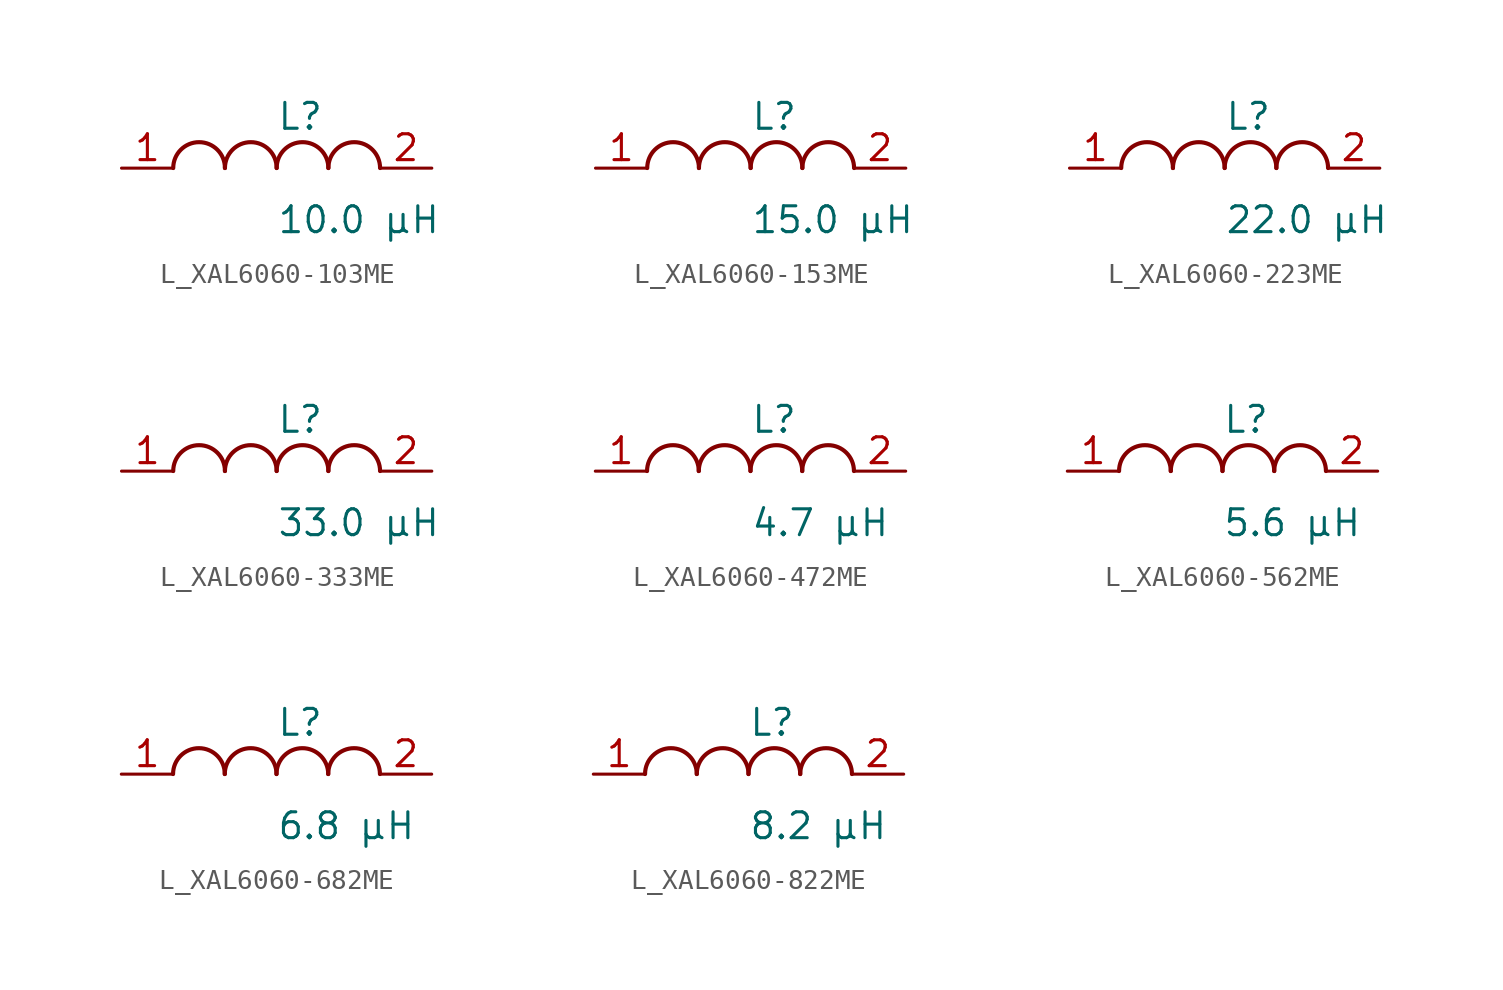
<source format=kicad_sym>
(kicad_symbol_lib
  (version 20231120)
  (generator kicad_symbol_editor)
  (generator_version 8.0)
  (symbol "L_XAL6060-103ME"
    (pin_names
      (offset 0.254))
    (property "Reference" "L"
      (at 0 2.54 0)
      (effects (font (size 1.27 1.27)) (justify left)))
    (property "Value" "10.0 µH"
      (at 0 -2.54 0)
      (effects (font (size 1.27 1.27)) (justify left)))
    (symbol "L_XAL6060-103ME_1_1"
      (arc (start -2.54 0.0056) (mid -3.81 1.27) (end -5.08 0.0056) (stroke (width 0.2032) (type default)) (fill (type none)))
      (arc (start 0 0.0056) (mid -1.27 1.27) (end -2.54 0.0056) (stroke (width 0.2032) (type default)) (fill (type none)))
      (arc (start 2.54 0.0056) (mid 1.27 1.27) (end 0 0.0056) (stroke (width 0.2032) (type default)) (fill (type none)))
      (arc (start 5.08 0.0056) (mid 3.81 1.27) (end 2.54 0.0056) (stroke (width 0.2032) (type default)) (fill (type none)))
      (pin unspecified line (at -7.62 0 0) (length 2.54) (name "" (effects (font (size 1.27 1.27)))) (number "1" (effects (font (size 1.27 1.27)))))
      (pin unspecified line (at 7.62 0 180) (length 2.54) (name "" (effects (font (size 1.27 1.27)))) (number "2" (effects (font (size 1.27 1.27)))))))
  (symbol "L_XAL6060-153ME"
    (pin_names
      (offset 0.254))
    (property "Reference" "L"
      (at 0 2.54 0)
      (effects (font (size 1.27 1.27)) (justify left)))
    (property "Value" "15.0 µH"
      (at 0 -2.54 0)
      (effects (font (size 1.27 1.27)) (justify left)))
    (symbol "L_XAL6060-153ME_1_1"
      (arc (start -2.54 0.0056) (mid -3.81 1.27) (end -5.08 0.0056) (stroke (width 0.2032) (type default)) (fill (type none)))
      (arc (start 0 0.0056) (mid -1.27 1.27) (end -2.54 0.0056) (stroke (width 0.2032) (type default)) (fill (type none)))
      (arc (start 2.54 0.0056) (mid 1.27 1.27) (end 0 0.0056) (stroke (width 0.2032) (type default)) (fill (type none)))
      (arc (start 5.08 0.0056) (mid 3.81 1.27) (end 2.54 0.0056) (stroke (width 0.2032) (type default)) (fill (type none)))
      (pin unspecified line (at -7.62 0 0) (length 2.54) (name "" (effects (font (size 1.27 1.27)))) (number "1" (effects (font (size 1.27 1.27)))))
      (pin unspecified line (at 7.62 0 180) (length 2.54) (name "" (effects (font (size 1.27 1.27)))) (number "2" (effects (font (size 1.27 1.27)))))))
  (symbol "L_XAL6060-223ME"
    (pin_names
      (offset 0.254))
    (property "Reference" "L"
      (at 0 2.54 0)
      (effects (font (size 1.27 1.27)) (justify left)))
    (property "Value" "22.0 µH"
      (at 0 -2.54 0)
      (effects (font (size 1.27 1.27)) (justify left)))
    (symbol "L_XAL6060-223ME_1_1"
      (arc (start -2.54 0.0056) (mid -3.81 1.27) (end -5.08 0.0056) (stroke (width 0.2032) (type default)) (fill (type none)))
      (arc (start 0 0.0056) (mid -1.27 1.27) (end -2.54 0.0056) (stroke (width 0.2032) (type default)) (fill (type none)))
      (arc (start 2.54 0.0056) (mid 1.27 1.27) (end 0 0.0056) (stroke (width 0.2032) (type default)) (fill (type none)))
      (arc (start 5.08 0.0056) (mid 3.81 1.27) (end 2.54 0.0056) (stroke (width 0.2032) (type default)) (fill (type none)))
      (pin unspecified line (at -7.62 0 0) (length 2.54) (name "" (effects (font (size 1.27 1.27)))) (number "1" (effects (font (size 1.27 1.27)))))
      (pin unspecified line (at 7.62 0 180) (length 2.54) (name "" (effects (font (size 1.27 1.27)))) (number "2" (effects (font (size 1.27 1.27)))))))
  (symbol "L_XAL6060-333ME"
    (pin_names
      (offset 0.254))
    (property "Reference" "L"
      (at 0 2.54 0)
      (effects (font (size 1.27 1.27)) (justify left)))
    (property "Value" "33.0 µH"
      (at 0 -2.54 0)
      (effects (font (size 1.27 1.27)) (justify left)))
    (symbol "L_XAL6060-333ME_1_1"
      (arc (start -2.54 0.0056) (mid -3.81 1.27) (end -5.08 0.0056) (stroke (width 0.2032) (type default)) (fill (type none)))
      (arc (start 0 0.0056) (mid -1.27 1.27) (end -2.54 0.0056) (stroke (width 0.2032) (type default)) (fill (type none)))
      (arc (start 2.54 0.0056) (mid 1.27 1.27) (end 0 0.0056) (stroke (width 0.2032) (type default)) (fill (type none)))
      (arc (start 5.08 0.0056) (mid 3.81 1.27) (end 2.54 0.0056) (stroke (width 0.2032) (type default)) (fill (type none)))
      (pin unspecified line (at -7.62 0 0) (length 2.54) (name "" (effects (font (size 1.27 1.27)))) (number "1" (effects (font (size 1.27 1.27)))))
      (pin unspecified line (at 7.62 0 180) (length 2.54) (name "" (effects (font (size 1.27 1.27)))) (number "2" (effects (font (size 1.27 1.27)))))))
  (symbol "L_XAL6060-472ME"
    (pin_names
      (offset 0.254))
    (property "Reference" "L"
      (at 0 2.54 0)
      (effects (font (size 1.27 1.27)) (justify left)))
    (property "Value" "4.7 µH"
      (at 0 -2.54 0)
      (effects (font (size 1.27 1.27)) (justify left)))
    (symbol "L_XAL6060-472ME_1_1"
      (arc (start -2.54 0.0056) (mid -3.81 1.27) (end -5.08 0.0056) (stroke (width 0.2032) (type default)) (fill (type none)))
      (arc (start 0 0.0056) (mid -1.27 1.27) (end -2.54 0.0056) (stroke (width 0.2032) (type default)) (fill (type none)))
      (arc (start 2.54 0.0056) (mid 1.27 1.27) (end 0 0.0056) (stroke (width 0.2032) (type default)) (fill (type none)))
      (arc (start 5.08 0.0056) (mid 3.81 1.27) (end 2.54 0.0056) (stroke (width 0.2032) (type default)) (fill (type none)))
      (pin unspecified line (at -7.62 0 0) (length 2.54) (name "" (effects (font (size 1.27 1.27)))) (number "1" (effects (font (size 1.27 1.27)))))
      (pin unspecified line (at 7.62 0 180) (length 2.54) (name "" (effects (font (size 1.27 1.27)))) (number "2" (effects (font (size 1.27 1.27)))))))
  (symbol "L_XAL6060-562ME"
    (pin_names
      (offset 0.254))
    (property "Reference" "L"
      (at 0 2.54 0)
      (effects (font (size 1.27 1.27)) (justify left)))
    (property "Value" "5.6 µH"
      (at 0 -2.54 0)
      (effects (font (size 1.27 1.27)) (justify left)))
    (symbol "L_XAL6060-562ME_1_1"
      (arc (start -2.54 0.0056) (mid -3.81 1.27) (end -5.08 0.0056) (stroke (width 0.2032) (type default)) (fill (type none)))
      (arc (start 0 0.0056) (mid -1.27 1.27) (end -2.54 0.0056) (stroke (width 0.2032) (type default)) (fill (type none)))
      (arc (start 2.54 0.0056) (mid 1.27 1.27) (end 0 0.0056) (stroke (width 0.2032) (type default)) (fill (type none)))
      (arc (start 5.08 0.0056) (mid 3.81 1.27) (end 2.54 0.0056) (stroke (width 0.2032) (type default)) (fill (type none)))
      (pin unspecified line (at -7.62 0 0) (length 2.54) (name "" (effects (font (size 1.27 1.27)))) (number "1" (effects (font (size 1.27 1.27)))))
      (pin unspecified line (at 7.62 0 180) (length 2.54) (name "" (effects (font (size 1.27 1.27)))) (number "2" (effects (font (size 1.27 1.27)))))))
  (symbol "L_XAL6060-682ME"
    (pin_names
      (offset 0.254))
    (property "Reference" "L"
      (at 0 2.54 0)
      (effects (font (size 1.27 1.27)) (justify left)))
    (property "Value" "6.8 µH"
      (at 0 -2.54 0)
      (effects (font (size 1.27 1.27)) (justify left)))
    (symbol "L_XAL6060-682ME_1_1"
      (arc (start -2.54 0.0056) (mid -3.81 1.27) (end -5.08 0.0056) (stroke (width 0.2032) (type default)) (fill (type none)))
      (arc (start 0 0.0056) (mid -1.27 1.27) (end -2.54 0.0056) (stroke (width 0.2032) (type default)) (fill (type none)))
      (arc (start 2.54 0.0056) (mid 1.27 1.27) (end 0 0.0056) (stroke (width 0.2032) (type default)) (fill (type none)))
      (arc (start 5.08 0.0056) (mid 3.81 1.27) (end 2.54 0.0056) (stroke (width 0.2032) (type default)) (fill (type none)))
      (pin unspecified line (at -7.62 0 0) (length 2.54) (name "" (effects (font (size 1.27 1.27)))) (number "1" (effects (font (size 1.27 1.27)))))
      (pin unspecified line (at 7.62 0 180) (length 2.54) (name "" (effects (font (size 1.27 1.27)))) (number "2" (effects (font (size 1.27 1.27)))))))
  (symbol "L_XAL6060-822ME"
    (pin_names
      (offset 0.254))
    (property "Reference" "L"
      (at 0 2.54 0)
      (effects (font (size 1.27 1.27)) (justify left)))
    (property "Value" "8.2 µH"
      (at 0 -2.54 0)
      (effects (font (size 1.27 1.27)) (justify left)))
    (symbol "L_XAL6060-822ME_1_1"
      (arc (start -2.54 0.0056) (mid -3.81 1.27) (end -5.08 0.0056) (stroke (width 0.2032) (type default)) (fill (type none)))
      (arc (start 0 0.0056) (mid -1.27 1.27) (end -2.54 0.0056) (stroke (width 0.2032) (type default)) (fill (type none)))
      (arc (start 2.54 0.0056) (mid 1.27 1.27) (end 0 0.0056) (stroke (width 0.2032) (type default)) (fill (type none)))
      (arc (start 5.08 0.0056) (mid 3.81 1.27) (end 2.54 0.0056) (stroke (width 0.2032) (type default)) (fill (type none)))
      (pin unspecified line (at -7.62 0 0) (length 2.54) (name "" (effects (font (size 1.27 1.27)))) (number "1" (effects (font (size 1.27 1.27)))))
      (pin unspecified line (at 7.62 0 180) (length 2.54) (name "" (effects (font (size 1.27 1.27)))) (number "2" (effects (font (size 1.27 1.27))))))))
</source>
